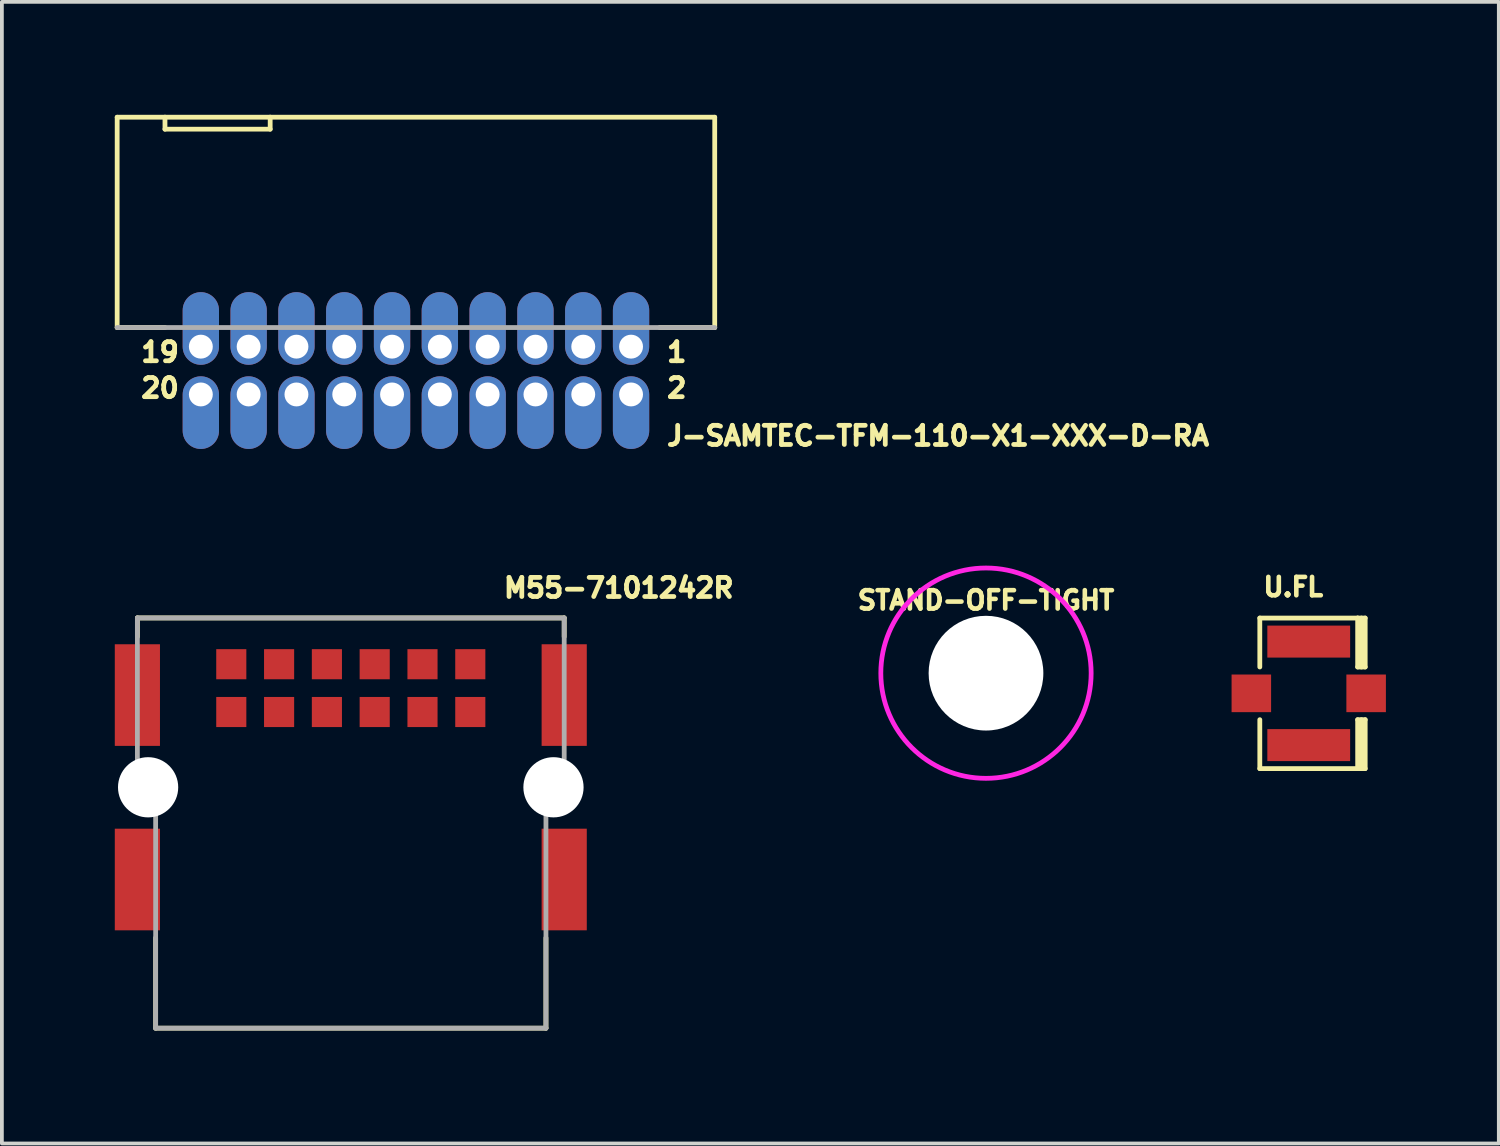
<source format=kicad_pcb>
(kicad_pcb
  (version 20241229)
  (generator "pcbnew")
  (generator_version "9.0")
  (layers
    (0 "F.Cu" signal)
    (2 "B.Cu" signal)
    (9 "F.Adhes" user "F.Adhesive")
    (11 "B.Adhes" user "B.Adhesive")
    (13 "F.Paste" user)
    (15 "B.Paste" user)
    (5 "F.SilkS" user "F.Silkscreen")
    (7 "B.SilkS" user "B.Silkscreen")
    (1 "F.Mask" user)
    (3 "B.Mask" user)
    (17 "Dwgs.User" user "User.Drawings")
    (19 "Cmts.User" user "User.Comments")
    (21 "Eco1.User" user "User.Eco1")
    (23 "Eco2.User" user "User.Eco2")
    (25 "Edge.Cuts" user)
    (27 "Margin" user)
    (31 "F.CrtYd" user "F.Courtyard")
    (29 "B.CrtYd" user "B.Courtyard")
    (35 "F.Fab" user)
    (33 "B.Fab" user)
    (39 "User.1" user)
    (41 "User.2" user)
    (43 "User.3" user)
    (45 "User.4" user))
  (footprint "STAND-OFF-TIGHT"
    (layer "F.Cu")
    (at 23.146 14.835)
    (property "Reference" "STAND-OFF-TIGHT" (at 0 -1.651 0) (layer "F.SilkS") (effects (font (size 0.488 0.488) (thickness 0.122)) (justify bottom)))
    (fp_circle (center 0 0) (end 2.794 0) (stroke (width 0.127) (type solid)) (fill no) (layer "F.CrtYd"))
    (pad "" np_thru_hole circle (at 0 0) (size 3.048 3.048) (drill 3.048) (layers "*.Cu" "*.Mask")))
  (footprint "J-SAMTEC-TFM-110-X1-XXX-D-RA"
    (layer "F.Cu")
    (at 8.001 6.795)
    (property "Reference" "J-SAMTEC-TFM-110-X1-XXX-D-RA" (at 6.604 2.032 0) (layer "F.SilkS") (effects (font (size 0.508 0.508) (thickness 0.127)) (justify left bottom)))
    (fp_line (start -7.938 -6.731) (end -6.668 -6.731) (stroke (width 0.127) (type solid)) (layer "F.SilkS"))
    (fp_line (start -7.938 -1.143) (end -7.938 -6.731) (stroke (width 0.127) (type solid)) (layer "F.SilkS"))
    (fp_line (start -7.938 -1.143) (end -6.668 -1.143) (stroke (width 0.127) (type solid)) (layer "F.SilkS"))
    (fp_line (start -6.668 -6.731) (end -6.668 -6.413) (stroke (width 0.127) (type solid)) (layer "F.SilkS"))
    (fp_line (start -6.668 -6.731) (end -3.873 -6.731) (stroke (width 0.127) (type solid)) (layer "F.SilkS"))
    (fp_line (start -6.668 -6.413) (end -3.873 -6.413) (stroke (width 0.127) (type solid)) (layer "F.SilkS"))
    (fp_line (start -3.873 -6.731) (end 7.938 -6.731) (stroke (width 0.127) (type solid)) (layer "F.SilkS"))
    (fp_line (start -3.873 -6.413) (end -3.873 -6.731) (stroke (width 0.127) (type solid)) (layer "F.SilkS"))
    (fp_line (start 6.477 -1.143) (end 7.938 -1.143) (stroke (width 0.127) (type solid)) (layer "F.SilkS"))
    (fp_line (start 7.938 -6.731) (end 7.938 -1.143) (stroke (width 0.127) (type solid)) (layer "F.SilkS"))
    (fp_line (start -7.938 -1.143) (end 7.938 -1.143) (stroke (width 0.127) (type solid)) (layer "F.Fab"))
    (fp_text user "20" (at -7.366 0.762 0) (layer "F.SilkS") (effects (font (size 0.508 0.508) (thickness 0.127)) (justify left bottom)))
    (fp_text user "2" (at 6.604 0.762 0) (layer "F.SilkS") (effects (font (size 0.508 0.508) (thickness 0.127)) (justify left bottom)))
    (fp_text user "1" (at 6.604 -0.191 0) (layer "F.SilkS") (effects (font (size 0.508 0.508) (thickness 0.127)) (justify left bottom)))
    (fp_text user "19" (at -7.366 -0.191 0) (layer "F.SilkS") (effects (font (size 0.508 0.508) (thickness 0.127)) (justify left bottom)))
    (pad "1" thru_hole oval (at 5.715 -0.635 90) (size 1.93 0.965) (drill 0.635 (offset 0.483 0)) (layers "*.Cu" "*.Mask"))
    (pad "2" thru_hole oval (at 5.715 0.635 270) (size 1.93 0.965) (drill 0.635 (offset 0.483 0)) (layers "*.Cu" "*.Mask"))
    (pad "3" thru_hole oval (at 4.445 -0.635 90) (size 1.93 0.965) (drill 0.635 (offset 0.483 0)) (layers "*.Cu" "*.Mask"))
    (pad "4" thru_hole oval (at 4.445 0.635 270) (size 1.93 0.965) (drill 0.635 (offset 0.483 0)) (layers "*.Cu" "*.Mask"))
    (pad "5" thru_hole oval (at 3.175 -0.635 90) (size 1.93 0.965) (drill 0.635 (offset 0.483 0)) (layers "*.Cu" "*.Mask"))
    (pad "6" thru_hole oval (at 3.175 0.635 270) (size 1.93 0.965) (drill 0.635 (offset 0.483 0)) (layers "*.Cu" "*.Mask"))
    (pad "7" thru_hole oval (at 1.905 -0.635 90) (size 1.93 0.965) (drill 0.635 (offset 0.483 0)) (layers "*.Cu" "*.Mask"))
    (pad "8" thru_hole oval (at 1.905 0.635 270) (size 1.93 0.965) (drill 0.635 (offset 0.483 0)) (layers "*.Cu" "*.Mask"))
    (pad "9" thru_hole oval (at 0.635 -0.635 90) (size 1.93 0.965) (drill 0.635 (offset 0.483 0)) (layers "*.Cu" "*.Mask"))
    (pad "10" thru_hole oval (at 0.635 0.635 270) (size 1.93 0.965) (drill 0.635 (offset 0.483 0)) (layers "*.Cu" "*.Mask"))
    (pad "11" thru_hole oval (at -0.635 -0.635 90) (size 1.93 0.965) (drill 0.635 (offset 0.483 0)) (layers "*.Cu" "*.Mask"))
    (pad "12" thru_hole oval (at -0.635 0.635 270) (size 1.93 0.965) (drill 0.635 (offset 0.483 0)) (layers "*.Cu" "*.Mask"))
    (pad "13" thru_hole oval (at -1.905 -0.635 90) (size 1.93 0.965) (drill 0.635 (offset 0.483 0)) (layers "*.Cu" "*.Mask"))
    (pad "14" thru_hole oval (at -1.905 0.635 270) (size 1.93 0.965) (drill 0.635 (offset 0.483 0)) (layers "*.Cu" "*.Mask"))
    (pad "15" thru_hole oval (at -3.175 -0.635 90) (size 1.93 0.965) (drill 0.635 (offset 0.483 0)) (layers "*.Cu" "*.Mask"))
    (pad "16" thru_hole oval (at -3.175 0.635 270) (size 1.93 0.965) (drill 0.635 (offset 0.483 0)) (layers "*.Cu" "*.Mask"))
    (pad "17" thru_hole oval (at -4.445 -0.635 90) (size 1.93 0.965) (drill 0.635 (offset 0.483 0)) (layers "*.Cu" "*.Mask"))
    (pad "18" thru_hole oval (at -4.445 0.635 270) (size 1.93 0.965) (drill 0.635 (offset 0.483 0)) (layers "*.Cu" "*.Mask"))
    (pad "19" thru_hole oval (at -5.715 -0.635 90) (size 1.93 0.965) (drill 0.635 (offset 0.483 0)) (layers "*.Cu" "*.Mask"))
    (pad "20" thru_hole oval (at -5.715 0.635 270) (size 1.93 0.965) (drill 0.635 (offset 0.483 0)) (layers "*.Cu" "*.Mask")))
  (footprint "U.FL"
    (layer "F.Cu")
    (at 31.721 15.371)
    (property "Reference" "U.FL" (at -1.27 -2.54 0) (layer "F.SilkS") (effects (font (size 0.488 0.488) (thickness 0.122)) (justify left bottom)))
    (fp_line (start -1.3 -0.7) (end -1.3 -2) (stroke (width 0.127) (type solid)) (layer "F.SilkS"))
    (fp_line (start -1.3 2) (end -1.3 0.7) (stroke (width 0.127) (type solid)) (layer "F.SilkS"))
    (fp_line (start -1.3 2) (end 1.3 2) (stroke (width 0.127) (type solid)) (layer "F.SilkS"))
    (fp_line (start 1.3 -2) (end -1.3 -2) (stroke (width 0.127) (type solid)) (layer "F.SilkS"))
    (fp_line (start 1.3 -0.7) (end 1.3 -2) (stroke (width 0.127) (type solid)) (layer "F.SilkS"))
    (fp_line (start 1.3 2) (end 1.3 0.7) (stroke (width 0.127) (type solid)) (layer "F.SilkS"))
    (fp_line (start 1.4 -0.7) (end 1.4 -2) (stroke (width 0.127) (type solid)) (layer "F.SilkS"))
    (fp_line (start 1.4 2) (end 1.4 0.7) (stroke (width 0.127) (type solid)) (layer "F.SilkS"))
    (fp_line (start 1.5 -2) (end 1.3 -2) (stroke (width 0.127) (type solid)) (layer "F.SilkS"))
    (fp_line (start 1.5 -0.7) (end 1.3 -0.7) (stroke (width 0.127) (type solid)) (layer "F.SilkS"))
    (fp_line (start 1.5 -0.7) (end 1.5 -2) (stroke (width 0.127) (type solid)) (layer "F.SilkS"))
    (fp_line (start 1.5 0.7) (end 1.3 0.7) (stroke (width 0.127) (type solid)) (layer "F.SilkS"))
    (fp_line (start 1.5 2) (end 1.3 2) (stroke (width 0.127) (type solid)) (layer "F.SilkS"))
    (fp_line (start 1.5 2) (end 1.5 0.7) (stroke (width 0.127) (type solid)) (layer "F.SilkS"))
    (pad "1" smd rect (at 0 -1.375) (size 2.2 0.85) (layers "F.Cu" "F.Mask" "F.Paste"))
    (pad "2" smd rect (at 0 1.375) (size 2.2 0.85) (layers "F.Cu" "F.Mask" "F.Paste"))
    (pad "FEED" smd rect (at 1.525 0) (size 1.05 1) (layers "F.Cu" "F.Mask" "F.Paste"))
    (pad "NC" smd rect (at -1.525 0) (size 1.05 1) (layers "F.Cu" "F.Mask" "F.Paste")))
  (footprint "M55-7101242R"
    (layer "F.Cu")
    (at 6.27 17.867)
    (property "Reference" "M55-7101242R" (at 4 -5 0) (layer "F.SilkS") (effects (font (size 0.508 0.508) (thickness 0.127)) (justify left bottom)))
    (fp_line (start -5.67 -4.5) (end -5.67 -4) (stroke (width 0.127) (type solid)) (layer "F.SilkS"))
    (fp_line (start -5.185 6.4) (end -5.185 4) (stroke (width 0.127) (type solid)) (layer "F.SilkS"))
    (fp_line (start 5.185 6.4) (end -5.185 6.4) (stroke (width 0.127) (type solid)) (layer "F.SilkS"))
    (fp_line (start 5.185 6.4) (end 5.185 4) (stroke (width 0.127) (type solid)) (layer "F.SilkS"))
    (fp_line (start 5.67 -4.5) (end -5.67 -4.5) (stroke (width 0.127) (type solid)) (layer "F.SilkS"))
    (fp_line (start 5.67 -4) (end 5.67 -4.5) (stroke (width 0.127) (type solid)) (layer "F.SilkS"))
    (fp_line (start -5.67 -4.5) (end -5.67 0) (stroke (width 0.127) (type solid)) (layer "F.Fab"))
    (fp_line (start -5.67 0) (end -5.185 0) (stroke (width 0.127) (type solid)) (layer "F.Fab"))
    (fp_line (start -5.185 6.4) (end -5.185 0) (stroke (width 0.127) (type solid)) (layer "F.Fab"))
    (fp_line (start 5.185 0) (end 5.185 6.4) (stroke (width 0.127) (type solid)) (layer "F.Fab"))
    (fp_line (start 5.185 0) (end 5.67 0) (stroke (width 0.127) (type solid)) (layer "F.Fab"))
    (fp_line (start 5.185 6.4) (end -5.185 6.4) (stroke (width 0.127) (type solid)) (layer "F.Fab"))
    (fp_line (start 5.67 -4.5) (end -5.67 -4.5) (stroke (width 0.127) (type solid)) (layer "F.Fab"))
    (fp_line (start 5.67 0) (end 5.67 -4.5) (stroke (width 0.127) (type solid)) (layer "F.Fab"))
    (pad "" np_thru_hole circle (at -5.385 0) (size 1.6 1.6) (drill 1.6) (layers "*.Cu" "*.Mask"))
    (pad "" np_thru_hole circle (at 5.385 0) (size 1.6 1.6) (drill 1.6) (layers "*.Cu" "*.Mask"))
    (pad "1" smd rect (at 3.175 -2) (size 0.8 0.8) (layers "F.Cu" "F.Mask" "F.Paste"))
    (pad "2" smd rect (at 3.175 -3.27) (size 0.8 0.8) (layers "F.Cu" "F.Mask" "F.Paste"))
    (pad "3" smd rect (at 1.905 -2) (size 0.8 0.8) (layers "F.Cu" "F.Mask" "F.Paste"))
    (pad "4" smd rect (at 1.905 -3.27) (size 0.8 0.8) (layers "F.Cu" "F.Mask" "F.Paste"))
    (pad "5" smd rect (at 0.635 -2) (size 0.8 0.8) (layers "F.Cu" "F.Mask" "F.Paste"))
    (pad "6" smd rect (at 0.635 -3.27) (size 0.8 0.8) (layers "F.Cu" "F.Mask" "F.Paste"))
    (pad "7" smd rect (at -0.635 -2) (size 0.8 0.8) (layers "F.Cu" "F.Mask" "F.Paste"))
    (pad "8" smd rect (at -0.635 -3.27) (size 0.8 0.8) (layers "F.Cu" "F.Mask" "F.Paste"))
    (pad "9" smd rect (at -1.905 -2) (size 0.8 0.8) (layers "F.Cu" "F.Mask" "F.Paste"))
    (pad "10" smd rect (at -1.905 -3.27) (size 0.8 0.8) (layers "F.Cu" "F.Mask" "F.Paste"))
    (pad "11" smd rect (at -3.175 -2) (size 0.8 0.8) (layers "F.Cu" "F.Mask" "F.Paste"))
    (pad "12" smd rect (at -3.175 -3.27) (size 0.8 0.8) (layers "F.Cu" "F.Mask" "F.Paste"))
    (pad "P$1" smd rect (at 5.67 -2.45) (size 1.2 2.7) (layers "F.Cu" "F.Mask" "F.Paste"))
    (pad "P$2" smd rect (at 5.67 2.45) (size 1.2 2.7) (layers "F.Cu" "F.Mask" "F.Paste"))
    (pad "P$3" smd rect (at -5.67 -2.45) (size 1.2 2.7) (layers "F.Cu" "F.Mask" "F.Paste"))
    (pad "P$4" smd rect (at -5.67 2.45) (size 1.2 2.7) (layers "F.Cu" "F.Mask" "F.Paste")))
  (gr_rect
    (start -3 -3)
    (end 36.771 27.33)
    (stroke (width 0.1) (type default))
    (fill no)
    (layer "Edge.Cuts")))
</source>
